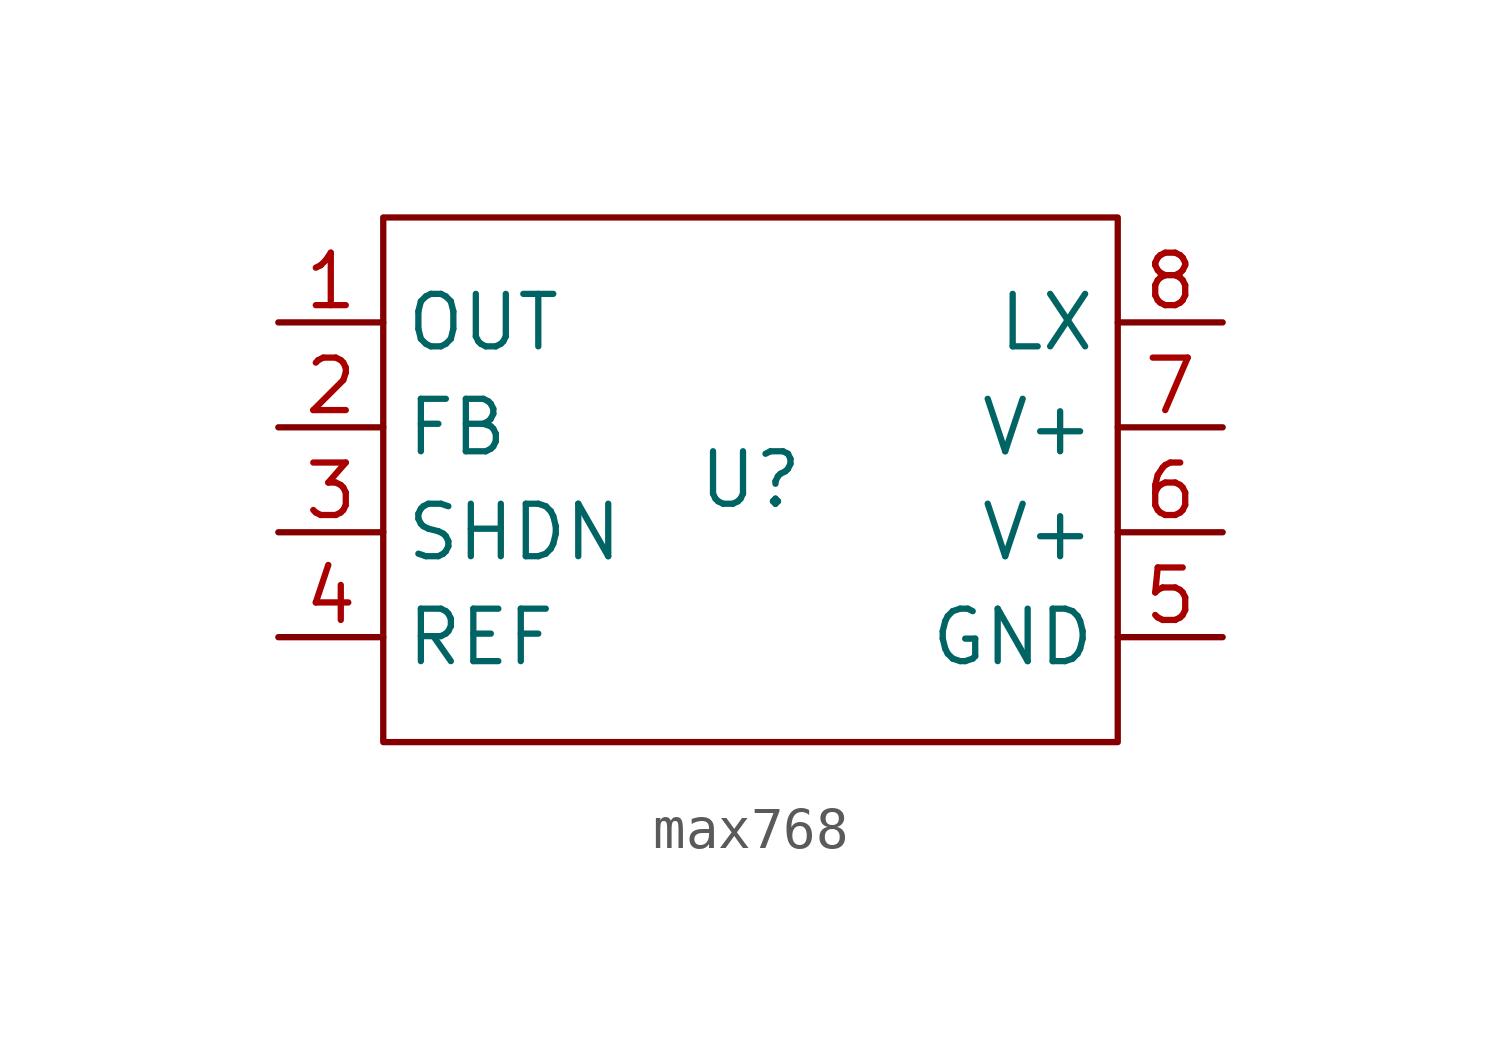
<source format=kicad_sym>
(kicad_symbol_lib
  (version 20220914)
  (generator kicad_symbol_editor)
  (symbol "max768"
    (property "Reference" "U"
      (at 0 0 0)
      (effects (font (size 1.27 1.27))))
    (property "Value" ""
      (at -2.54 0 0)
      (effects (font (size 1.27 1.27))))
    (symbol "max768_0_1"
      (rectangle (start -8.89 6.35) (end 8.89 -6.35) (stroke (width 0) (type default)) (fill (type none))))
    (symbol "max768_1_1"
      (pin output line (at -11.43 3.81 0) (length 2.54) (name "OUT" (effects (font (size 1.27 1.27)))) (number "1" (effects (font (size 1.27 1.27)))))
      (pin input line (at -11.43 1.27 0) (length 2.54) (name "FB" (effects (font (size 1.27 1.27)))) (number "2" (effects (font (size 1.27 1.27)))))
      (pin unspecified line (at -11.43 -1.27 0) (length 2.54) (name "SHDN" (effects (font (size 1.27 1.27)))) (number "3" (effects (font (size 1.27 1.27)))))
      (pin unspecified line (at -11.43 -3.81 0) (length 2.54) (name "REF" (effects (font (size 1.27 1.27)))) (number "4" (effects (font (size 1.27 1.27)))))
      (pin unspecified line (at 11.43 -3.81 180) (length 2.54) (name "GND" (effects (font (size 1.27 1.27)))) (number "5" (effects (font (size 1.27 1.27)))))
      (pin unspecified line (at 11.43 -1.27 180) (length 2.54) (name "V+" (effects (font (size 1.27 1.27)))) (number "6" (effects (font (size 1.27 1.27)))))
      (pin unspecified line (at 11.43 1.27 180) (length 2.54) (name "V+" (effects (font (size 1.27 1.27)))) (number "7" (effects (font (size 1.27 1.27)))))
      (pin unspecified line (at 11.43 3.81 180) (length 2.54) (name "LX" (effects (font (size 1.27 1.27)))) (number "8" (effects (font (size 1.27 1.27))))))))
</source>
